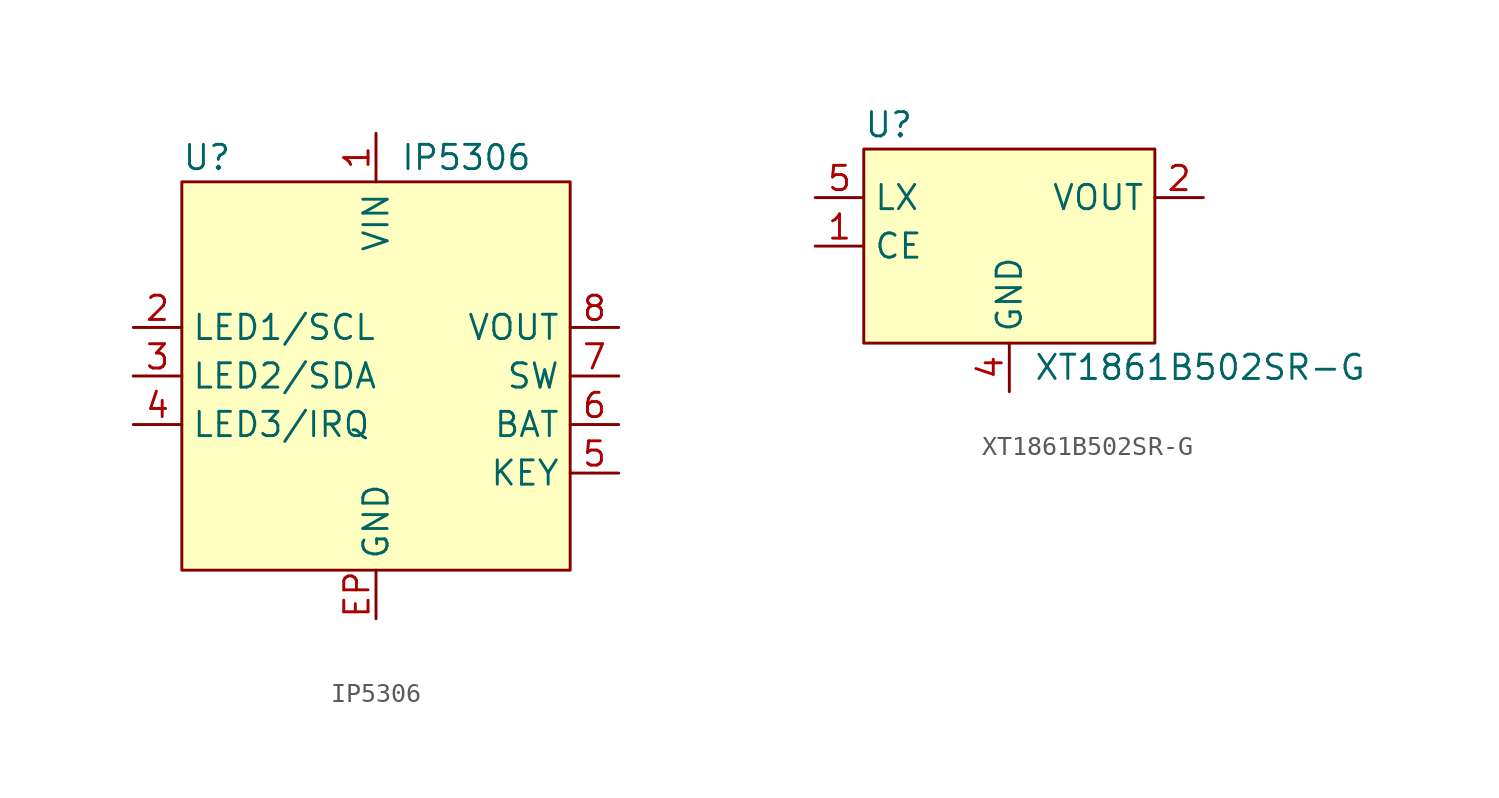
<source format=kicad_sym>
(kicad_symbol_lib
  (version 20220914)
  (generator kicad_symbol_editor)
  (symbol "IP5306"
    (property "Reference" "U"
      (at -10.16 11.43 0)
      (effects (font (size 1.27 1.27)) (justify left)))
    (property "Value" "IP5306"
      (at 1.27 11.43 0)
      (effects (font (size 1.27 1.27)) (justify left)))
    (symbol "IP5306_1_1"
      (rectangle (start -10.16 10.16) (end 10.16 -10.16) (stroke (width 0) (type default)) (fill (type background)))
      (pin power_in line (at 0 12.7 270) (length 2.54) (name "VIN" (effects (font (size 1.27 1.27)))) (number "1" (effects (font (size 1.27 1.27)))))
      (pin bidirectional line (at -12.7 2.54 0) (length 2.54) (name "LED1/SCL" (effects (font (size 1.27 1.27)))) (number "2" (effects (font (size 1.27 1.27)))))
      (pin bidirectional line (at -12.7 0 0) (length 2.54) (name "LED2/SDA" (effects (font (size 1.27 1.27)))) (number "3" (effects (font (size 1.27 1.27)))))
      (pin bidirectional line (at -12.7 -2.54 0) (length 2.54) (name "LED3/IRQ" (effects (font (size 1.27 1.27)))) (number "4" (effects (font (size 1.27 1.27)))))
      (pin bidirectional line (at 12.7 -5.08 180) (length 2.54) (name "KEY" (effects (font (size 1.27 1.27)))) (number "5" (effects (font (size 1.27 1.27)))))
      (pin passive line (at 12.7 -2.54 180) (length 2.54) (name "BAT" (effects (font (size 1.27 1.27)))) (number "6" (effects (font (size 1.27 1.27)))))
      (pin power_out line (at 12.7 0 180) (length 2.54) (name "SW" (effects (font (size 1.27 1.27)))) (number "7" (effects (font (size 1.27 1.27)))))
      (pin power_out line (at 12.7 2.54 180) (length 2.54) (name "VOUT" (effects (font (size 1.27 1.27)))) (number "8" (effects (font (size 1.27 1.27)))))
      (pin power_in line (at 0 -12.7 90) (length 2.54) (name "GND" (effects (font (size 1.27 1.27)))) (number "EP" (effects (font (size 1.27 1.27)))))))
  (symbol "XT1861B502SR-G"
    (property "Reference" "U"
      (at -7.62 6.35 0)
      (effects (font (size 1.27 1.27)) (justify left)))
    (property "Value" "XT1861B502SR-G"
      (at 1.27 -6.35 0)
      (effects (font (size 1.27 1.27)) (justify left)))
    (symbol "XT1861B502SR-G_1_1"
      (rectangle (start -7.62 5.08) (end 7.62 -5.08) (stroke (width 0) (type default)) (fill (type background)))
      (pin input line (at -10.16 0 0) (length 2.54) (name "CE" (effects (font (size 1.27 1.27)))) (number "1" (effects (font (size 1.27 1.27)))))
      (pin power_out line (at 10.16 2.54 180) (length 2.54) (name "VOUT" (effects (font (size 1.27 1.27)))) (number "2" (effects (font (size 1.27 1.27)))))
      (pin no_connect line (at 10.16 0 180) (length 2.54) hide (name "NC" (effects (font (size 1.27 1.27)))) (number "3" (effects (font (size 1.27 1.27)))))
      (pin passive line (at 0 -7.62 90) (length 2.54) (name "GND" (effects (font (size 1.27 1.27)))) (number "4" (effects (font (size 1.27 1.27)))))
      (pin passive line (at -10.16 2.54 0) (length 2.54) (name "LX" (effects (font (size 1.27 1.27)))) (number "5" (effects (font (size 1.27 1.27))))))))
</source>
